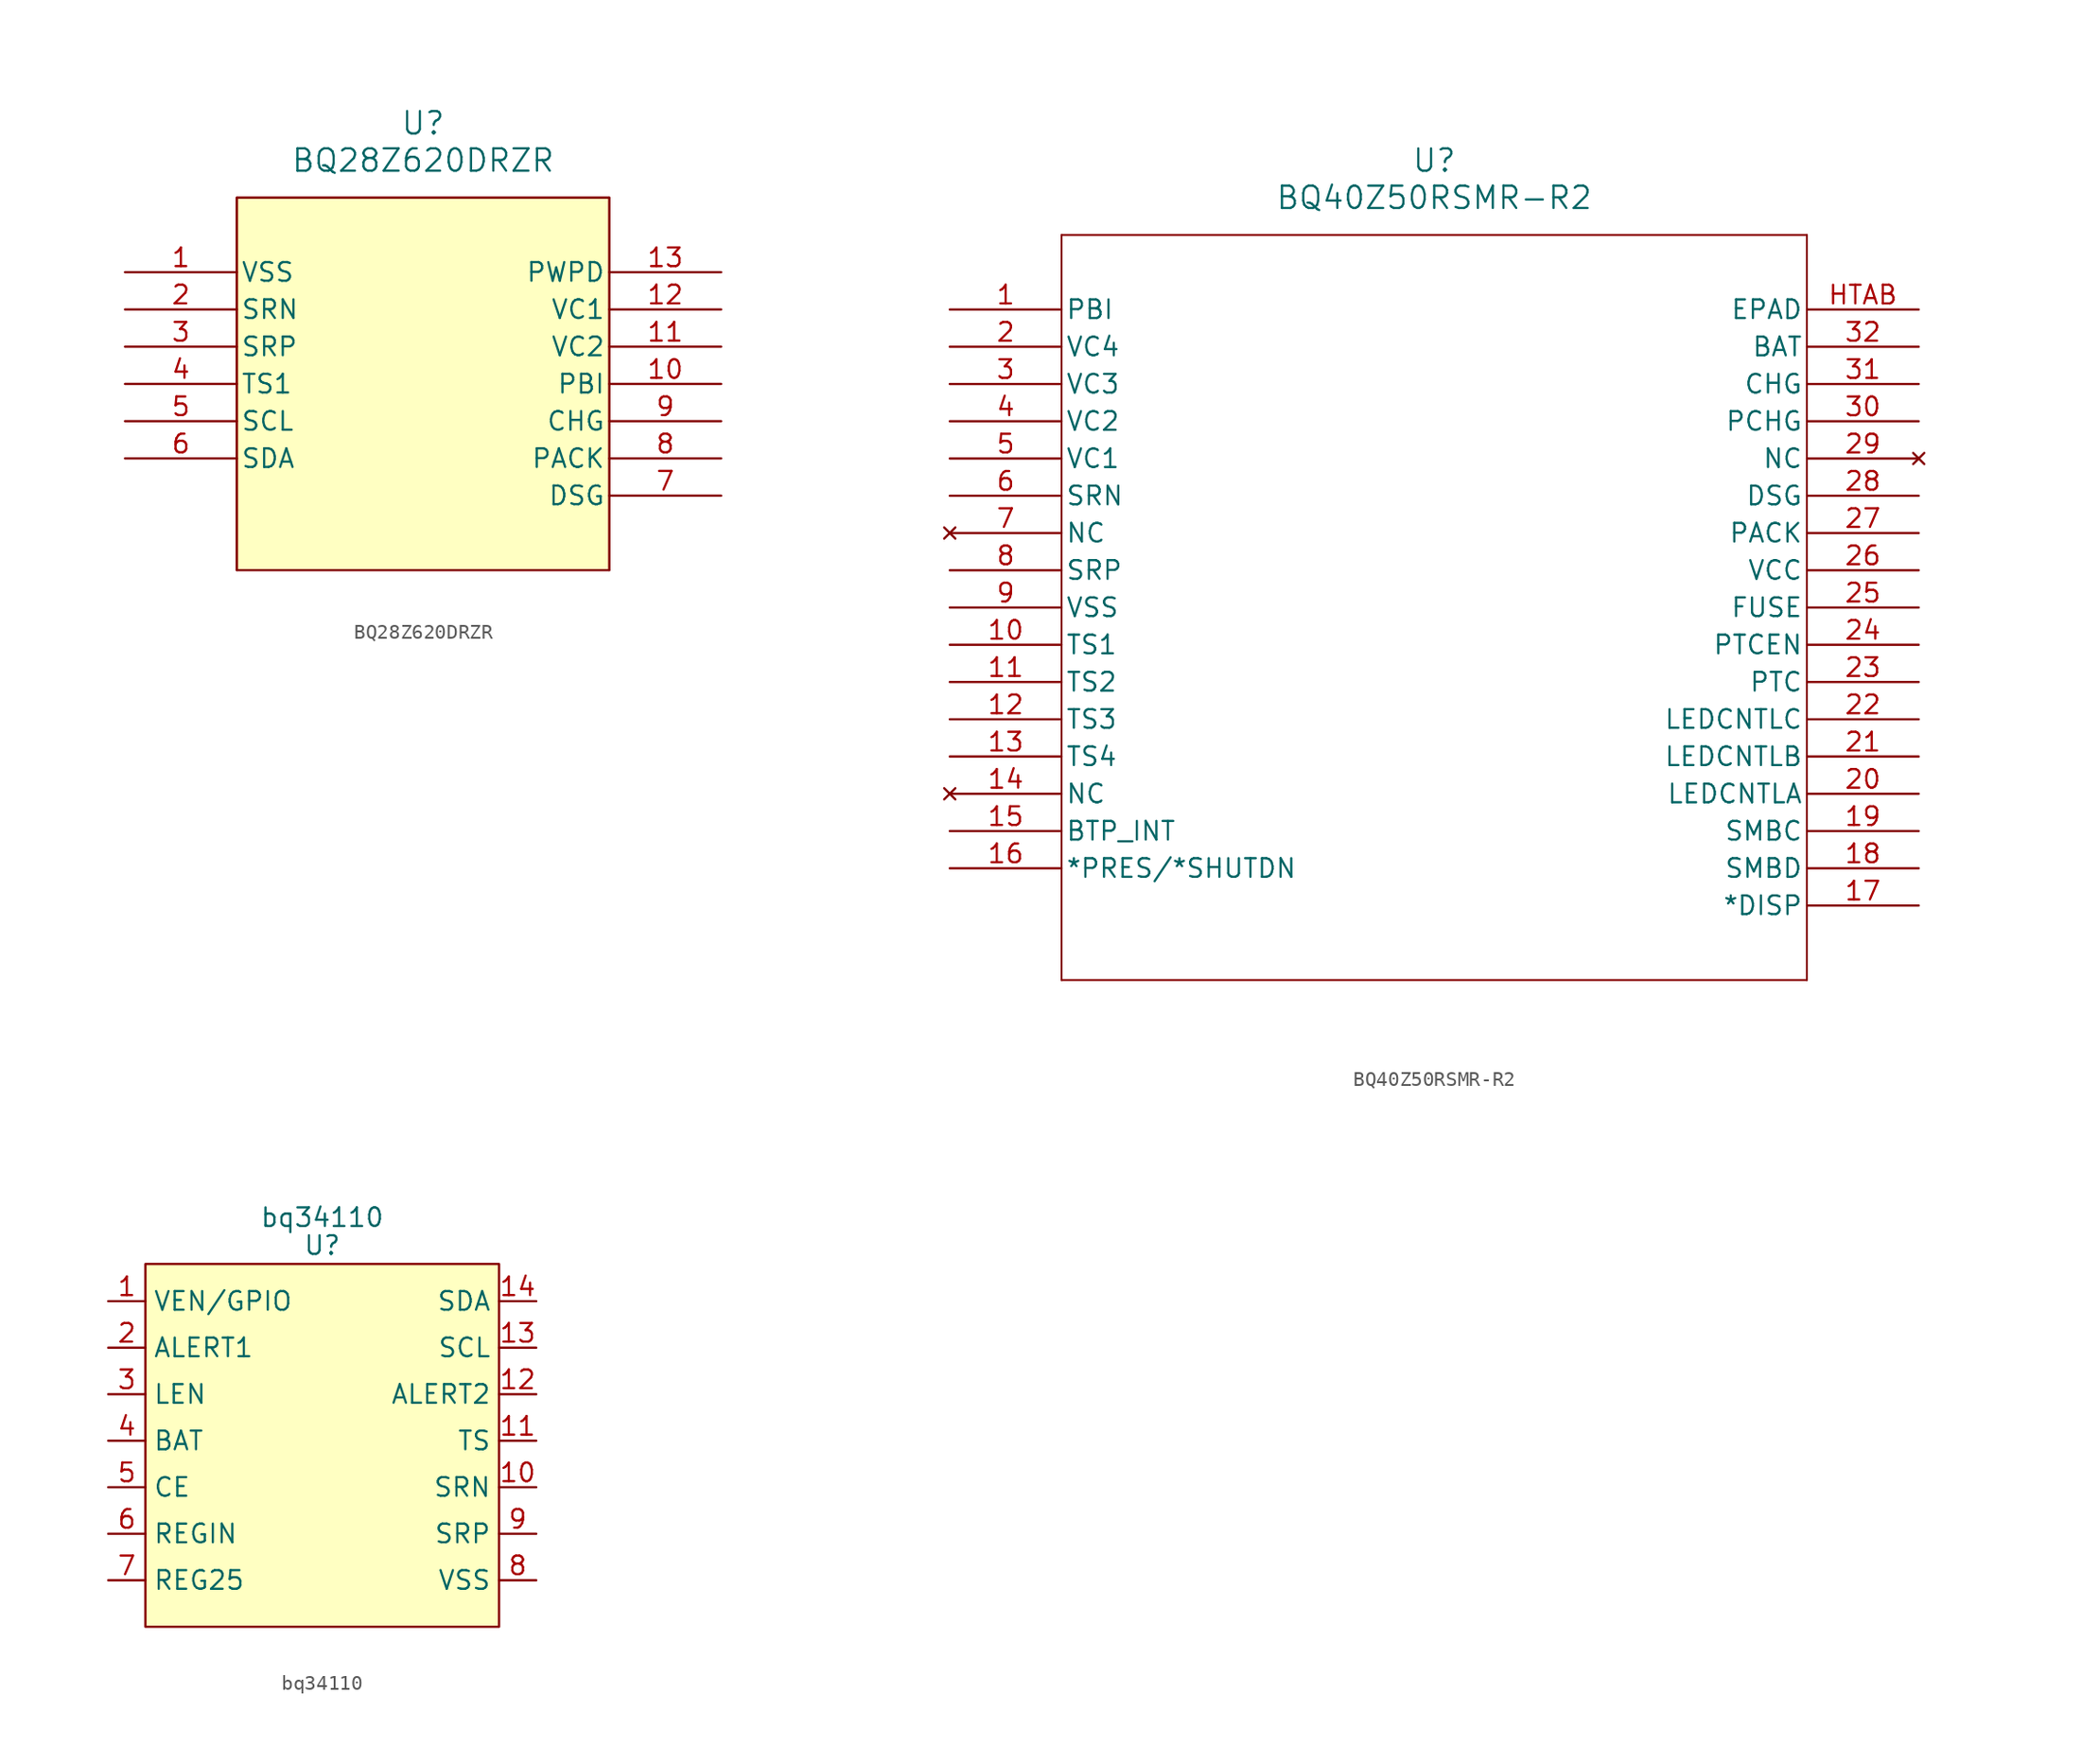
<source format=kicad_sym>
(kicad_symbol_lib
  (version 20220914)
  (generator kicad_symbol_editor)
  (symbol "BQ28Z620DRZR"
    (pin_names
      (offset 0.254))
    (property "Reference" "U"
      (at 20.32 10.16 0)
      (effects (font (size 1.524 1.524))))
    (property "Value" "BQ28Z620DRZR"
      (at 20.32 7.62 0)
      (effects (font (size 1.524 1.524))))
    (property "ki_locked" ""
      (at 0 0 0)
      (effects (font (size 1.27 1.27))))
    (symbol "BQ28Z620DRZR_0_1"
      (polyline (pts (xy 7.62 5.08) (xy 7.62 -20.32)) (stroke (width 0.127) (type default)) (fill (type none)))
      (polyline (pts (xy 33.02 -20.32) (xy 33.02 5.08)) (stroke (width 0.127) (type default)) (fill (type none)))
      (polyline (pts (xy 33.02 5.08) (xy 7.62 5.08)) (stroke (width 0.127) (type default)) (fill (type none)))
      (pin power_in line (at 0 0 0) (length 7.62) (name "VSS" (effects (font (size 1.27 1.27)))) (number "1" (effects (font (size 1.27 1.27)))))
      (pin power_in line (at 40.64 -7.62 180) (length 7.62) (name "PBI" (effects (font (size 1.27 1.27)))) (number "10" (effects (font (size 1.27 1.27)))))
      (pin input line (at 40.64 -5.08 180) (length 7.62) (name "VC2" (effects (font (size 1.27 1.27)))) (number "11" (effects (font (size 1.27 1.27)))))
      (pin input line (at 40.64 -2.54 180) (length 7.62) (name "VC1" (effects (font (size 1.27 1.27)))) (number "12" (effects (font (size 1.27 1.27)))))
      (pin power_out line (at 40.64 0 180) (length 7.62) (name "PWPD" (effects (font (size 1.27 1.27)))) (number "13" (effects (font (size 1.27 1.27)))))
      (pin input line (at 0 -2.54 0) (length 7.62) (name "SRN" (effects (font (size 1.27 1.27)))) (number "2" (effects (font (size 1.27 1.27)))))
      (pin input line (at 0 -5.08 0) (length 7.62) (name "SRP" (effects (font (size 1.27 1.27)))) (number "3" (effects (font (size 1.27 1.27)))))
      (pin input line (at 0 -7.62 0) (length 7.62) (name "TS1" (effects (font (size 1.27 1.27)))) (number "4" (effects (font (size 1.27 1.27)))))
      (pin bidirectional line (at 0 -10.16 0) (length 7.62) (name "SCL" (effects (font (size 1.27 1.27)))) (number "5" (effects (font (size 1.27 1.27)))))
      (pin bidirectional line (at 0 -12.7 0) (length 7.62) (name "SDA" (effects (font (size 1.27 1.27)))) (number "6" (effects (font (size 1.27 1.27)))))
      (pin output line (at 40.64 -15.24 180) (length 7.62) (name "DSG" (effects (font (size 1.27 1.27)))) (number "7" (effects (font (size 1.27 1.27)))))
      (pin input line (at 40.64 -12.7 180) (length 7.62) (name "PACK" (effects (font (size 1.27 1.27)))) (number "8" (effects (font (size 1.27 1.27)))))
      (pin output line (at 40.64 -10.16 180) (length 7.62) (name "CHG" (effects (font (size 1.27 1.27)))) (number "9" (effects (font (size 1.27 1.27))))))
    (symbol "BQ28Z620DRZR_1_1"
      (rectangle (start 7.62 5.08) (end 33.02 -20.32) (stroke (width 0) (type default)) (fill (type background)))))
  (symbol "BQ40Z50RSMR-R2"
    (pin_names
      (offset 0.254))
    (property "Reference" "U"
      (at 33.02 10.16 0)
      (effects (font (size 1.524 1.524))))
    (property "Value" "BQ40Z50RSMR-R2"
      (at 33.02 7.62 0)
      (effects (font (size 1.524 1.524))))
    (property "ki_locked" ""
      (at 0 0 0)
      (effects (font (size 1.27 1.27))))
    (symbol "BQ40Z50RSMR-R2_0_1"
      (polyline (pts (xy 7.62 -45.72) (xy 58.42 -45.72)) (stroke (width 0.127) (type default)) (fill (type none)))
      (polyline (pts (xy 7.62 5.08) (xy 7.62 -45.72)) (stroke (width 0.127) (type default)) (fill (type none)))
      (polyline (pts (xy 58.42 -45.72) (xy 58.42 5.08)) (stroke (width 0.127) (type default)) (fill (type none)))
      (polyline (pts (xy 58.42 5.08) (xy 7.62 5.08)) (stroke (width 0.127) (type default)) (fill (type none)))
      (pin power_in line (at 0 0 0) (length 7.62) (name "PBI" (effects (font (size 1.27 1.27)))) (number "1" (effects (font (size 1.27 1.27)))))
      (pin input line (at 0 -22.86 0) (length 7.62) (name "TS1" (effects (font (size 1.27 1.27)))) (number "10" (effects (font (size 1.27 1.27)))))
      (pin input line (at 0 -25.4 0) (length 7.62) (name "TS2" (effects (font (size 1.27 1.27)))) (number "11" (effects (font (size 1.27 1.27)))))
      (pin input line (at 0 -27.94 0) (length 7.62) (name "TS3" (effects (font (size 1.27 1.27)))) (number "12" (effects (font (size 1.27 1.27)))))
      (pin input line (at 0 -30.48 0) (length 7.62) (name "TS4" (effects (font (size 1.27 1.27)))) (number "13" (effects (font (size 1.27 1.27)))))
      (pin no_connect line (at 0 -33.02 0) (length 7.62) (name "NC" (effects (font (size 1.27 1.27)))) (number "14" (effects (font (size 1.27 1.27)))))
      (pin output line (at 0 -35.56 0) (length 7.62) (name "BTP_INT" (effects (font (size 1.27 1.27)))) (number "15" (effects (font (size 1.27 1.27)))))
      (pin input line (at 0 -38.1 0) (length 7.62) (name "*PRES/*SHUTDN" (effects (font (size 1.27 1.27)))) (number "16" (effects (font (size 1.27 1.27)))))
      (pin unspecified line (at 66.04 -40.64 180) (length 7.62) (name "*DISP" (effects (font (size 1.27 1.27)))) (number "17" (effects (font (size 1.27 1.27)))))
      (pin bidirectional line (at 66.04 -38.1 180) (length 7.62) (name "SMBD" (effects (font (size 1.27 1.27)))) (number "18" (effects (font (size 1.27 1.27)))))
      (pin bidirectional line (at 66.04 -35.56 180) (length 7.62) (name "SMBC" (effects (font (size 1.27 1.27)))) (number "19" (effects (font (size 1.27 1.27)))))
      (pin input line (at 0 -2.54 0) (length 7.62) (name "VC4" (effects (font (size 1.27 1.27)))) (number "2" (effects (font (size 1.27 1.27)))))
      (pin unspecified line (at 66.04 -33.02 180) (length 7.62) (name "LEDCNTLA" (effects (font (size 1.27 1.27)))) (number "20" (effects (font (size 1.27 1.27)))))
      (pin unspecified line (at 66.04 -30.48 180) (length 7.62) (name "LEDCNTLB" (effects (font (size 1.27 1.27)))) (number "21" (effects (font (size 1.27 1.27)))))
      (pin unspecified line (at 66.04 -27.94 180) (length 7.62) (name "LEDCNTLC" (effects (font (size 1.27 1.27)))) (number "22" (effects (font (size 1.27 1.27)))))
      (pin input line (at 66.04 -25.4 180) (length 7.62) (name "PTC" (effects (font (size 1.27 1.27)))) (number "23" (effects (font (size 1.27 1.27)))))
      (pin input line (at 66.04 -22.86 180) (length 7.62) (name "PTCEN" (effects (font (size 1.27 1.27)))) (number "24" (effects (font (size 1.27 1.27)))))
      (pin output line (at 66.04 -20.32 180) (length 7.62) (name "FUSE" (effects (font (size 1.27 1.27)))) (number "25" (effects (font (size 1.27 1.27)))))
      (pin power_in line (at 66.04 -17.78 180) (length 7.62) (name "VCC" (effects (font (size 1.27 1.27)))) (number "26" (effects (font (size 1.27 1.27)))))
      (pin input line (at 66.04 -15.24 180) (length 7.62) (name "PACK" (effects (font (size 1.27 1.27)))) (number "27" (effects (font (size 1.27 1.27)))))
      (pin output line (at 66.04 -12.7 180) (length 7.62) (name "DSG" (effects (font (size 1.27 1.27)))) (number "28" (effects (font (size 1.27 1.27)))))
      (pin no_connect line (at 66.04 -10.16 180) (length 7.62) (name "NC" (effects (font (size 1.27 1.27)))) (number "29" (effects (font (size 1.27 1.27)))))
      (pin input line (at 0 -5.08 0) (length 7.62) (name "VC3" (effects (font (size 1.27 1.27)))) (number "3" (effects (font (size 1.27 1.27)))))
      (pin output line (at 66.04 -7.62 180) (length 7.62) (name "PCHG" (effects (font (size 1.27 1.27)))) (number "30" (effects (font (size 1.27 1.27)))))
      (pin output line (at 66.04 -5.08 180) (length 7.62) (name "CHG" (effects (font (size 1.27 1.27)))) (number "31" (effects (font (size 1.27 1.27)))))
      (pin power_in line (at 66.04 -2.54 180) (length 7.62) (name "BAT" (effects (font (size 1.27 1.27)))) (number "32" (effects (font (size 1.27 1.27)))))
      (pin input line (at 0 -7.62 0) (length 7.62) (name "VC2" (effects (font (size 1.27 1.27)))) (number "4" (effects (font (size 1.27 1.27)))))
      (pin input line (at 0 -10.16 0) (length 7.62) (name "VC1" (effects (font (size 1.27 1.27)))) (number "5" (effects (font (size 1.27 1.27)))))
      (pin input line (at 0 -12.7 0) (length 7.62) (name "SRN" (effects (font (size 1.27 1.27)))) (number "6" (effects (font (size 1.27 1.27)))))
      (pin no_connect line (at 0 -15.24 0) (length 7.62) (name "NC" (effects (font (size 1.27 1.27)))) (number "7" (effects (font (size 1.27 1.27)))))
      (pin input line (at 0 -17.78 0) (length 7.62) (name "SRP" (effects (font (size 1.27 1.27)))) (number "8" (effects (font (size 1.27 1.27)))))
      (pin power_in line (at 0 -20.32 0) (length 7.62) (name "VSS" (effects (font (size 1.27 1.27)))) (number "9" (effects (font (size 1.27 1.27)))))
      (pin unspecified line (at 66.04 0 180) (length 7.62) (name "EPAD" (effects (font (size 1.27 1.27)))) (number "HTAB" (effects (font (size 1.27 1.27)))))))
  (symbol "bq34110"
    (property "Reference" "U"
      (at 0 13.335 0)
      (effects (font (size 1.27 1.27))))
    (property "Value" "bq34110"
      (at 0 15.24 0)
      (effects (font (size 1.27 1.27))))
    (symbol "bq34110_0_0"
      (text "" (at -13.97 9.525 0) (effects (font (size 1.27 1.27))))
      (text "" (at 13.97 -9.525 0) (effects (font (size 1.27 1.27)))))
    (symbol "bq34110_0_1"
      (rectangle (start -12.065 12.065) (end 12.065 -12.7) (stroke (width 0) (type default)) (fill (type background))))
    (symbol "bq34110_1_1"
      (pin input line (at -14.605 9.525 0) (length 2.54) (name "VEN/GPIO" (effects (font (size 1.27 1.27)))) (number "1" (effects (font (size 1.27 1.27)))))
      (pin input line (at 14.605 -3.175 180) (length 2.54) (name "SRN" (effects (font (size 1.27 1.27)))) (number "10" (effects (font (size 1.27 1.27)))))
      (pin input line (at 14.605 0 180) (length 2.54) (name "TS" (effects (font (size 1.27 1.27)))) (number "11" (effects (font (size 1.27 1.27)))))
      (pin input line (at 14.605 3.175 180) (length 2.54) (name "ALERT2" (effects (font (size 1.27 1.27)))) (number "12" (effects (font (size 1.27 1.27)))))
      (pin input line (at 14.605 6.35 180) (length 2.54) (name "SCL" (effects (font (size 1.27 1.27)))) (number "13" (effects (font (size 1.27 1.27)))))
      (pin input line (at 14.605 9.525 180) (length 2.54) (name "SDA" (effects (font (size 1.27 1.27)))) (number "14" (effects (font (size 1.27 1.27)))))
      (pin input line (at -14.605 6.35 0) (length 2.54) (name "ALERT1" (effects (font (size 1.27 1.27)))) (number "2" (effects (font (size 1.27 1.27)))))
      (pin input line (at -14.605 3.175 0) (length 2.54) (name "LEN" (effects (font (size 1.27 1.27)))) (number "3" (effects (font (size 1.27 1.27)))))
      (pin input line (at -14.605 0 0) (length 2.54) (name "BAT" (effects (font (size 1.27 1.27)))) (number "4" (effects (font (size 1.27 1.27)))))
      (pin input line (at -14.605 -3.175 0) (length 2.54) (name "CE" (effects (font (size 1.27 1.27)))) (number "5" (effects (font (size 1.27 1.27)))))
      (pin input line (at -14.605 -6.35 0) (length 2.54) (name "REGIN" (effects (font (size 1.27 1.27)))) (number "6" (effects (font (size 1.27 1.27)))))
      (pin input line (at -14.605 -9.525 0) (length 2.54) (name "REG25" (effects (font (size 1.27 1.27)))) (number "7" (effects (font (size 1.27 1.27)))))
      (pin input line (at 14.605 -9.525 180) (length 2.54) (name "VSS" (effects (font (size 1.27 1.27)))) (number "8" (effects (font (size 1.27 1.27)))))
      (pin input line (at 14.605 -6.35 180) (length 2.54) (name "SRP" (effects (font (size 1.27 1.27)))) (number "9" (effects (font (size 1.27 1.27))))))))
</source>
